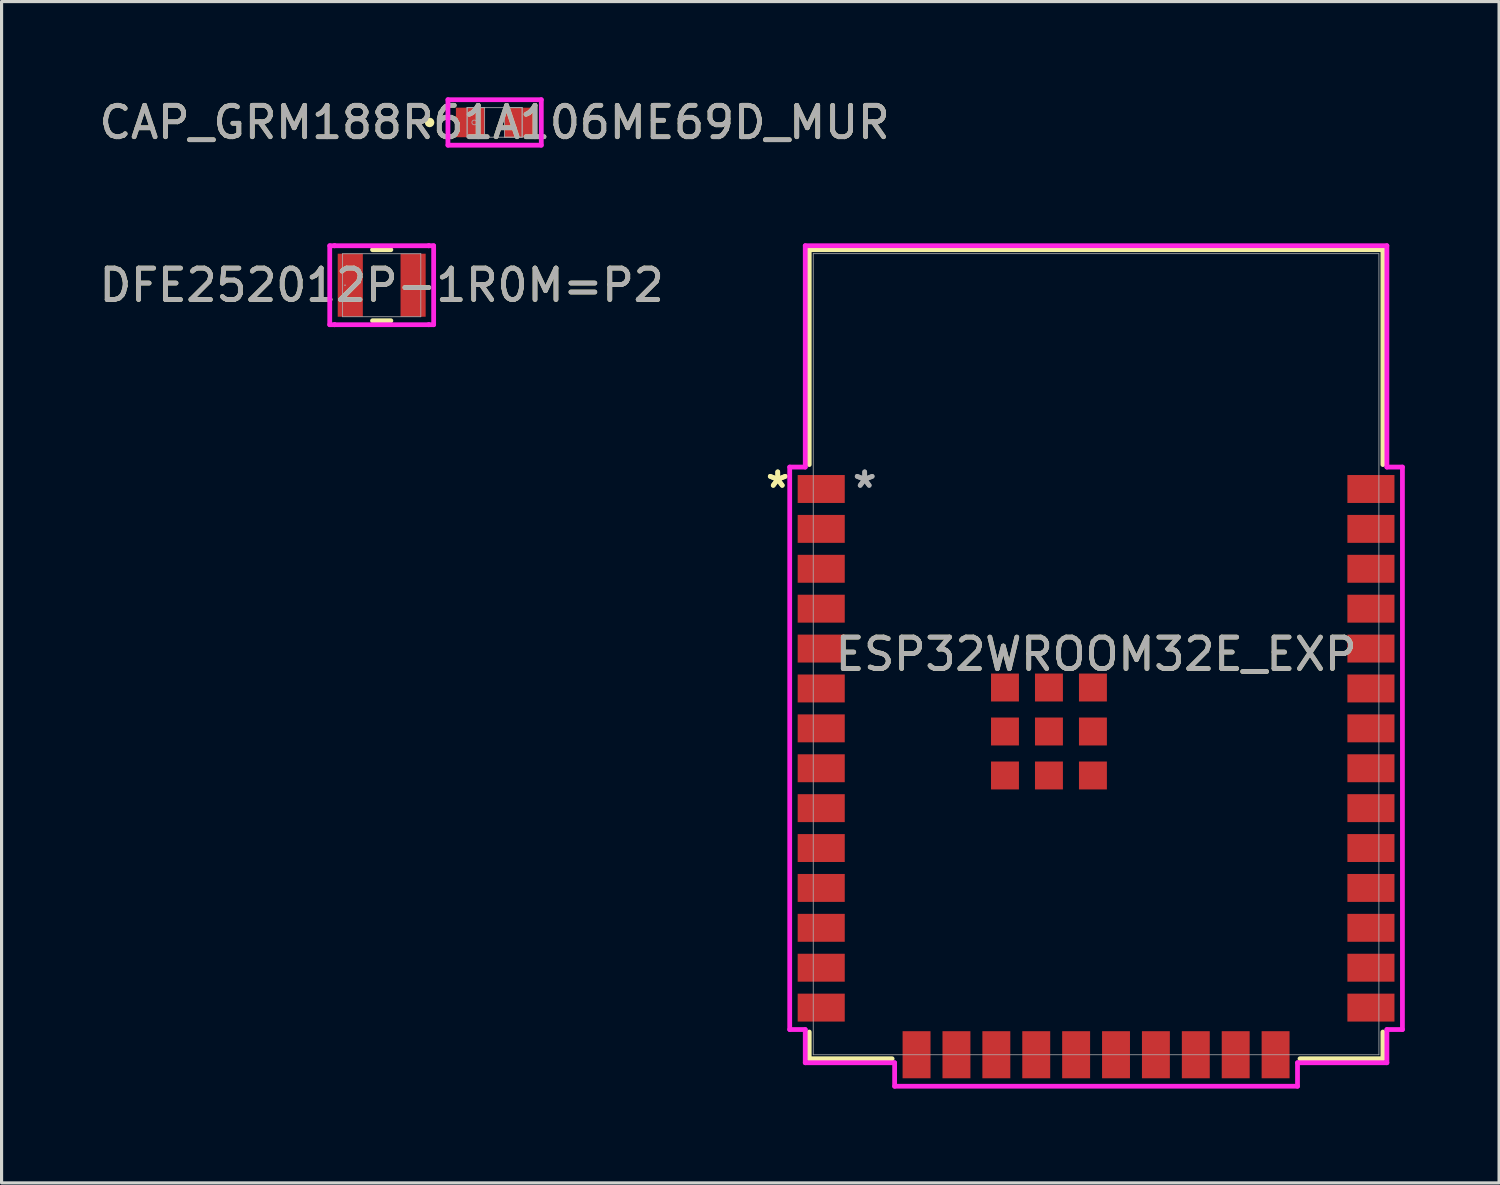
<source format=kicad_pcb>
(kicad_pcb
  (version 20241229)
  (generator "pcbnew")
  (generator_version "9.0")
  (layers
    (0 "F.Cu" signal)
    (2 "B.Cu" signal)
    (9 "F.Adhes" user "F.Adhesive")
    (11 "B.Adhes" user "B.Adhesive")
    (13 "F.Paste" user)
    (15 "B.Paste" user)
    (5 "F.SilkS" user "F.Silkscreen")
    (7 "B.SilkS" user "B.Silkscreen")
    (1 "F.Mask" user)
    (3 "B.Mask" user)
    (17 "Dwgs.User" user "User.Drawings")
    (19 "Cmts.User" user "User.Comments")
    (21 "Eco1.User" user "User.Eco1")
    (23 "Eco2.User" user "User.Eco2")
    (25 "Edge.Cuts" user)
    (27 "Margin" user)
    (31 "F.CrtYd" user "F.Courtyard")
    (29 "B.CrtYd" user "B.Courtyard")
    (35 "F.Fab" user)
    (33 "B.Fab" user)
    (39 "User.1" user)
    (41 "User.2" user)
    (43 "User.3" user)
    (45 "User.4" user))
  (footprint "ESP32­WROOM­32E_EXP"
    (layer "F.Cu")
    (at 31.843 17.777)
    (property "Reference" "ESP32­WROOM­32E_EXP" (at 0 0 0) (unlocked yes) (layer "F.SilkS") (effects (font (size 1 1) (thickness 0.15))))
    (attr smd)
    (fp_line (start -9.131 -12.878) (end 9.131 -12.878) (stroke (width 0.152) (type solid)) (layer "F.SilkS"))
    (fp_line (start -9.131 -6.037) (end -9.131 -12.878) (stroke (width 0.152) (type solid)) (layer "F.SilkS"))
    (fp_line (start -9.131 12.878) (end -9.131 12.027) (stroke (width 0.152) (type solid)) (layer "F.SilkS"))
    (fp_line (start -6.492 12.878) (end -9.131 12.878) (stroke (width 0.152) (type solid)) (layer "F.SilkS"))
    (fp_line (start 9.131 -12.878) (end 9.131 -6.037) (stroke (width 0.152) (type solid)) (layer "F.SilkS"))
    (fp_line (start 9.131 12.027) (end 9.131 12.878) (stroke (width 0.152) (type solid)) (layer "F.SilkS"))
    (fp_line (start 9.131 12.878) (end 6.492 12.878) (stroke (width 0.152) (type solid)) (layer "F.SilkS"))
    (fp_poly (pts (xy -9.004 -12.751) (xy -9.004 -6.553) (xy 9.004 -6.553) (xy 9.004 -12.751)) (stroke (width 0.1) (type solid)) (fill no) (layer "Eco2.User"))
    (fp_line (start -9.753 -5.958) (end -9.753 11.948) (stroke (width 0.152) (type solid)) (layer "F.CrtYd"))
    (fp_line (start -9.753 11.948) (end -9.258 11.948) (stroke (width 0.152) (type solid)) (layer "F.CrtYd"))
    (fp_line (start -9.258 -13.005) (end -9.258 -5.958) (stroke (width 0.152) (type solid)) (layer "F.CrtYd"))
    (fp_line (start -9.258 -5.958) (end -9.753 -5.958) (stroke (width 0.152) (type solid)) (layer "F.CrtYd"))
    (fp_line (start -9.258 11.948) (end -9.258 13.005) (stroke (width 0.152) (type solid)) (layer "F.CrtYd"))
    (fp_line (start -9.258 13.005) (end -6.413 13.005) (stroke (width 0.152) (type solid)) (layer "F.CrtYd"))
    (fp_line (start -6.413 13.005) (end -6.413 13.753) (stroke (width 0.152) (type solid)) (layer "F.CrtYd"))
    (fp_line (start -6.413 13.753) (end 6.413 13.753) (stroke (width 0.152) (type solid)) (layer "F.CrtYd"))
    (fp_line (start 6.413 13.005) (end 9.258 13.005) (stroke (width 0.152) (type solid)) (layer "F.CrtYd"))
    (fp_line (start 6.413 13.753) (end 6.413 13.005) (stroke (width 0.152) (type solid)) (layer "F.CrtYd"))
    (fp_line (start 9.258 -13.005) (end -9.258 -13.005) (stroke (width 0.152) (type solid)) (layer "F.CrtYd"))
    (fp_line (start 9.258 -5.958) (end 9.258 -13.005) (stroke (width 0.152) (type solid)) (layer "F.CrtYd"))
    (fp_line (start 9.258 11.948) (end 9.753 11.948) (stroke (width 0.152) (type solid)) (layer "F.CrtYd"))
    (fp_line (start 9.258 13.005) (end 9.258 11.948) (stroke (width 0.152) (type solid)) (layer "F.CrtYd"))
    (fp_line (start 9.753 -5.958) (end 9.258 -5.958) (stroke (width 0.152) (type solid)) (layer "F.CrtYd"))
    (fp_line (start 9.753 11.948) (end 9.753 -5.958) (stroke (width 0.152) (type solid)) (layer "F.CrtYd"))
    (fp_line (start -9.004 -12.751) (end -9.004 12.751) (stroke (width 0.025) (type solid)) (layer "F.Fab"))
    (fp_line (start -9.004 12.751) (end 9.004 12.751) (stroke (width 0.025) (type solid)) (layer "F.Fab"))
    (fp_line (start 9.004 -12.751) (end -9.004 -12.751) (stroke (width 0.025) (type solid)) (layer "F.Fab"))
    (fp_line (start 9.004 12.751) (end 9.004 -12.751) (stroke (width 0.025) (type solid)) (layer "F.Fab"))
    (fp_text user "*" (at -10.134 -5.26 0) (unlocked yes) (layer "F.SilkS") (effects (font (size 1 1) (thickness 0.15))))
    (fp_text user "*" (at -10.134 -5.26 0) (layer "F.SilkS") (effects (font (size 1 1) (thickness 0.15))))
    (fp_text user "${REFERENCE}" (at 0 0 0) (unlocked yes) (layer "F.Fab") (effects (font (size 1 1) (thickness 0.15))))
    (fp_text user "*" (at -7.366 -5.26 0) (layer "F.Fab") (effects (font (size 1 1) (thickness 0.15))))
    (fp_text user "*" (at -7.366 -5.26 0) (unlocked yes) (layer "F.Fab") (effects (font (size 1 1) (thickness 0.15))))
    (pad "1" smd rect (at -8.75 -5.26) (size 1.499 0.889) (layers "F.Cu" "F.Mask" "F.Paste"))
    (pad "2" smd rect (at -8.75 -3.99) (size 1.499 0.889) (layers "F.Cu" "F.Mask" "F.Paste"))
    (pad "3" smd rect (at -8.75 -2.72) (size 1.499 0.889) (layers "F.Cu" "F.Mask" "F.Paste"))
    (pad "4" smd rect (at -8.75 -1.45) (size 1.499 0.889) (layers "F.Cu" "F.Mask" "F.Paste"))
    (pad "5" smd rect (at -8.75 -0.18) (size 1.499 0.889) (layers "F.Cu" "F.Mask" "F.Paste"))
    (pad "6" smd rect (at -8.75 1.09) (size 1.499 0.889) (layers "F.Cu" "F.Mask" "F.Paste"))
    (pad "7" smd rect (at -8.75 2.36) (size 1.499 0.889) (layers "F.Cu" "F.Mask" "F.Paste"))
    (pad "8" smd rect (at -8.75 3.63) (size 1.499 0.889) (layers "F.Cu" "F.Mask" "F.Paste"))
    (pad "9" smd rect (at -8.75 4.9) (size 1.499 0.889) (layers "F.Cu" "F.Mask" "F.Paste"))
    (pad "10" smd rect (at -8.75 6.17) (size 1.499 0.889) (layers "F.Cu" "F.Mask" "F.Paste"))
    (pad "11" smd rect (at -8.75 7.44) (size 1.499 0.889) (layers "F.Cu" "F.Mask" "F.Paste"))
    (pad "12" smd rect (at -8.75 8.71) (size 1.499 0.889) (layers "F.Cu" "F.Mask" "F.Paste"))
    (pad "13" smd rect (at -8.75 9.98) (size 1.499 0.889) (layers "F.Cu" "F.Mask" "F.Paste"))
    (pad "14" smd rect (at -8.75 11.25) (size 1.499 0.889) (layers "F.Cu" "F.Mask" "F.Paste"))
    (pad "15" smd rect (at -5.715 12.75 90) (size 1.499 0.889) (layers "F.Cu" "F.Mask" "F.Paste"))
    (pad "16" smd rect (at -4.445 12.75 90) (size 1.499 0.889) (layers "F.Cu" "F.Mask" "F.Paste"))
    (pad "17" smd rect (at -3.175 12.75 90) (size 1.499 0.889) (layers "F.Cu" "F.Mask" "F.Paste"))
    (pad "18" smd rect (at -1.905 12.75 90) (size 1.499 0.889) (layers "F.Cu" "F.Mask" "F.Paste"))
    (pad "19" smd rect (at -0.635 12.75 90) (size 1.499 0.889) (layers "F.Cu" "F.Mask" "F.Paste"))
    (pad "20" smd rect (at 0.635 12.75 90) (size 1.499 0.889) (layers "F.Cu" "F.Mask" "F.Paste"))
    (pad "21" smd rect (at 1.905 12.75 90) (size 1.499 0.889) (layers "F.Cu" "F.Mask" "F.Paste"))
    (pad "22" smd rect (at 3.175 12.75 90) (size 1.499 0.889) (layers "F.Cu" "F.Mask" "F.Paste"))
    (pad "23" smd rect (at 4.445 12.75 90) (size 1.499 0.889) (layers "F.Cu" "F.Mask" "F.Paste"))
    (pad "24" smd rect (at 5.715 12.75 90) (size 1.499 0.889) (layers "F.Cu" "F.Mask" "F.Paste"))
    (pad "25" smd rect (at 8.75 11.25) (size 1.499 0.889) (layers "F.Cu" "F.Mask" "F.Paste"))
    (pad "26" smd rect (at 8.75 9.98) (size 1.499 0.889) (layers "F.Cu" "F.Mask" "F.Paste"))
    (pad "27" smd rect (at 8.75 8.71) (size 1.499 0.889) (layers "F.Cu" "F.Mask" "F.Paste"))
    (pad "28" smd rect (at 8.75 7.44) (size 1.499 0.889) (layers "F.Cu" "F.Mask" "F.Paste"))
    (pad "29" smd rect (at 8.75 6.17) (size 1.499 0.889) (layers "F.Cu" "F.Mask" "F.Paste"))
    (pad "30" smd rect (at 8.75 4.9) (size 1.499 0.889) (layers "F.Cu" "F.Mask" "F.Paste"))
    (pad "31" smd rect (at 8.75 3.63) (size 1.499 0.889) (layers "F.Cu" "F.Mask" "F.Paste"))
    (pad "32" smd rect (at 8.75 2.36) (size 1.499 0.889) (layers "F.Cu" "F.Mask" "F.Paste"))
    (pad "33" smd rect (at 8.75 1.09) (size 1.499 0.889) (layers "F.Cu" "F.Mask" "F.Paste"))
    (pad "34" smd rect (at 8.75 -0.18) (size 1.499 0.889) (layers "F.Cu" "F.Mask" "F.Paste"))
    (pad "35" smd rect (at 8.75 -1.45) (size 1.499 0.889) (layers "F.Cu" "F.Mask" "F.Paste"))
    (pad "36" smd rect (at 8.75 -2.72) (size 1.499 0.889) (layers "F.Cu" "F.Mask" "F.Paste"))
    (pad "37" smd rect (at 8.75 -3.99) (size 1.499 0.889) (layers "F.Cu" "F.Mask" "F.Paste"))
    (pad "38" smd rect (at 8.75 -5.26) (size 1.499 0.889) (layers "F.Cu" "F.Mask" "F.Paste"))
    (pad "39" smd rect (at -1.5 2.46) (size 0.889 0.889) (layers "F.Cu" "F.Mask" "F.Paste"))
    (pad "40" smd rect (at -2.9 1.06) (size 0.889 0.889) (layers "F.Cu" "F.Mask" "F.Paste"))
    (pad "41" smd rect (at -2.9 2.46) (size 0.889 0.889) (layers "F.Cu" "F.Mask" "F.Paste"))
    (pad "42" smd rect (at -2.9 3.86) (size 0.889 0.889) (layers "F.Cu" "F.Mask" "F.Paste"))
    (pad "43" smd rect (at -1.5 3.86) (size 0.889 0.889) (layers "F.Cu" "F.Mask" "F.Paste"))
    (pad "44" smd rect (at -0.1 3.86) (size 0.889 0.889) (layers "F.Cu" "F.Mask" "F.Paste"))
    (pad "45" smd rect (at -0.1 2.46) (size 0.889 0.889) (layers "F.Cu" "F.Mask" "F.Paste"))
    (pad "46" smd rect (at -0.1 1.06) (size 0.889 0.889) (layers "F.Cu" "F.Mask" "F.Paste"))
    (pad "47" smd rect (at -1.5 1.06) (size 0.889 0.889) (layers "F.Cu" "F.Mask" "F.Paste")))
  (footprint "DFE252012P-1R0M=P2"
    (layer "F.Cu")
    (at 9.101 6.03)
    (property "Reference" "DFE252012P-1R0M=P2" (at 0 0 0) (unlocked yes) (layer "F.SilkS") (effects (font (size 1 1) (thickness 0.15))))
    (attr smd)
    (fp_line (start -0.292 1.13) (end 0.292 1.13) (stroke (width 0.152) (type solid)) (layer "F.SilkS"))
    (fp_line (start 0.292 -1.13) (end -0.292 -1.13) (stroke (width 0.152) (type solid)) (layer "F.SilkS"))
    (fp_line (start -1.654 -1.257) (end -1.499 -1.257) (stroke (width 0.152) (type solid)) (layer "F.CrtYd"))
    (fp_line (start -1.654 1.257) (end -1.654 -1.257) (stroke (width 0.152) (type solid)) (layer "F.CrtYd"))
    (fp_line (start -1.499 -1.257) (end -1.499 -1.257) (stroke (width 0.152) (type solid)) (layer "F.CrtYd"))
    (fp_line (start -1.499 -1.257) (end 1.499 -1.257) (stroke (width 0.152) (type solid)) (layer "F.CrtYd"))
    (fp_line (start -1.499 1.257) (end -1.654 1.257) (stroke (width 0.152) (type solid)) (layer "F.CrtYd"))
    (fp_line (start -1.499 1.257) (end -1.499 1.257) (stroke (width 0.152) (type solid)) (layer "F.CrtYd"))
    (fp_line (start 1.499 -1.257) (end 1.499 -1.257) (stroke (width 0.152) (type solid)) (layer "F.CrtYd"))
    (fp_line (start 1.499 -1.257) (end 1.654 -1.257) (stroke (width 0.152) (type solid)) (layer "F.CrtYd"))
    (fp_line (start 1.499 1.257) (end -1.499 1.257) (stroke (width 0.152) (type solid)) (layer "F.CrtYd"))
    (fp_line (start 1.499 1.257) (end 1.499 1.257) (stroke (width 0.152) (type solid)) (layer "F.CrtYd"))
    (fp_line (start 1.654 -1.257) (end 1.654 1.257) (stroke (width 0.152) (type solid)) (layer "F.CrtYd"))
    (fp_line (start 1.654 1.257) (end 1.499 1.257) (stroke (width 0.152) (type solid)) (layer "F.CrtYd"))
    (fp_line (start -1.245 -1.003) (end -1.245 1.003) (stroke (width 0.025) (type solid)) (layer "F.Fab"))
    (fp_line (start -1.245 1.003) (end 1.245 1.003) (stroke (width 0.025) (type solid)) (layer "F.Fab"))
    (fp_line (start 1.245 -1.003) (end -1.245 -1.003) (stroke (width 0.025) (type solid)) (layer "F.Fab"))
    (fp_line (start 1.245 1.003) (end 1.245 -1.003) (stroke (width 0.025) (type solid)) (layer "F.Fab"))
    (fp_circle (center -1.168 0) (end -1.168 0) (stroke (width 0.025) (type solid)) (fill no) (layer "F.Fab"))
    (fp_text user "${REFERENCE}" (at 0 0 0) (unlocked yes) (layer "F.Fab") (effects (font (size 1 1) (thickness 0.15))))
    (pad "1" smd rect (at -1 0) (size 0.8 2.007) (layers "F.Cu" "F.Mask" "F.Paste"))
    (pad "2" smd rect (at 1 0) (size 0.8 2.007) (layers "F.Cu" "F.Mask" "F.Paste"))
    (zone (net_name "") (layer "F.Cu") (hatch full 0.508) (connect_pads) (min_thickness 0.254) (filled_areas_thickness no) (keepout (tracks not_allowed) (vias not_allowed) (pads allowed) (copperpour not_allowed) (footprints allowed)) (placement (enabled no)) (fill) (polygon (pts (xy 8.552 5.077) (xy 9.65 5.077) (xy 9.65 6.982) (xy 8.552 6.982)))))
  (footprint "CAP_GRM188R61A106ME69D_MUR"
    (layer "F.Cu")
    (at 12.696 0.848)
    (property "Reference" "CAP_GRM188R61A106ME69D_MUR" (at 0 0 0) (unlocked yes) (layer "F.SilkS") (effects (font (size 1 1) (thickness 0.15))))
    (attr smd)
    (fp_circle (center -2.07 0) (end -1.994 0) (stroke (width 0.152) (type solid)) (fill no) (layer "F.SilkS"))
    (fp_line (start -1.486 -0.724) (end 1.486 -0.724) (stroke (width 0.152) (type solid)) (layer "F.CrtYd"))
    (fp_line (start -1.486 0.724) (end -1.486 -0.724) (stroke (width 0.152) (type solid)) (layer "F.CrtYd"))
    (fp_line (start 1.486 -0.724) (end 1.486 0.724) (stroke (width 0.152) (type solid)) (layer "F.CrtYd"))
    (fp_line (start 1.486 0.724) (end -1.486 0.724) (stroke (width 0.152) (type solid)) (layer "F.CrtYd"))
    (fp_line (start -0.876 -0.47) (end -0.876 0.47) (stroke (width 0.025) (type solid)) (layer "F.Fab"))
    (fp_line (start -0.876 -0.47) (end -0.876 0.47) (stroke (width 0.025) (type solid)) (layer "F.Fab"))
    (fp_line (start -0.876 0.47) (end -0.318 0.47) (stroke (width 0.025) (type solid)) (layer "F.Fab"))
    (fp_line (start -0.876 0.47) (end 0.876 0.47) (stroke (width 0.025) (type solid)) (layer "F.Fab"))
    (fp_line (start -0.318 -0.47) (end -0.876 -0.47) (stroke (width 0.025) (type solid)) (layer "F.Fab"))
    (fp_line (start -0.318 0.47) (end -0.318 -0.47) (stroke (width 0.025) (type solid)) (layer "F.Fab"))
    (fp_line (start 0.318 -0.47) (end 0.318 0.47) (stroke (width 0.025) (type solid)) (layer "F.Fab"))
    (fp_line (start 0.318 0.47) (end 0.876 0.47) (stroke (width 0.025) (type solid)) (layer "F.Fab"))
    (fp_line (start 0.876 -0.47) (end -0.876 -0.47) (stroke (width 0.025) (type solid)) (layer "F.Fab"))
    (fp_line (start 0.876 -0.47) (end 0.318 -0.47) (stroke (width 0.025) (type solid)) (layer "F.Fab"))
    (fp_line (start 0.876 0.47) (end 0.876 -0.47) (stroke (width 0.025) (type solid)) (layer "F.Fab"))
    (fp_line (start 0.876 0.47) (end 0.876 -0.47) (stroke (width 0.025) (type solid)) (layer "F.Fab"))
    (fp_circle (center -0.648 0) (end -0.572 0) (stroke (width 0.025) (type solid)) (fill no) (layer "F.Fab"))
    (fp_text user "${REFERENCE}" (at 0 0 0) (unlocked yes) (layer "F.Fab") (effects (font (size 1 1) (thickness 0.15))))
    (pad "1" smd rect (at -0.775 0) (size 0.914 0.94) (layers "F.Cu" "F.Mask" "F.Paste"))
    (pad "2" smd rect (at 0.775 0) (size 0.914 0.94) (layers "F.Cu" "F.Mask" "F.Paste"))
    (zone (net_name "") (layer "F.Cu") (hatch full 0.508) (connect_pads) (min_thickness 0.254) (filled_areas_thickness no) (keepout (tracks not_allowed) (vias not_allowed) (pads allowed) (copperpour not_allowed) (footprints allowed)) (placement (enabled no)) (fill) (polygon (pts (xy 12.43 0.429) (xy 12.963 0.429) (xy 12.963 1.267) (xy 12.43 1.267)))))
  (gr_rect
    (start -3 -3)
    (end 44.672 34.607)
    (stroke (width 0.1) (type default))
    (fill no)
    (layer "Edge.Cuts")))
</source>
